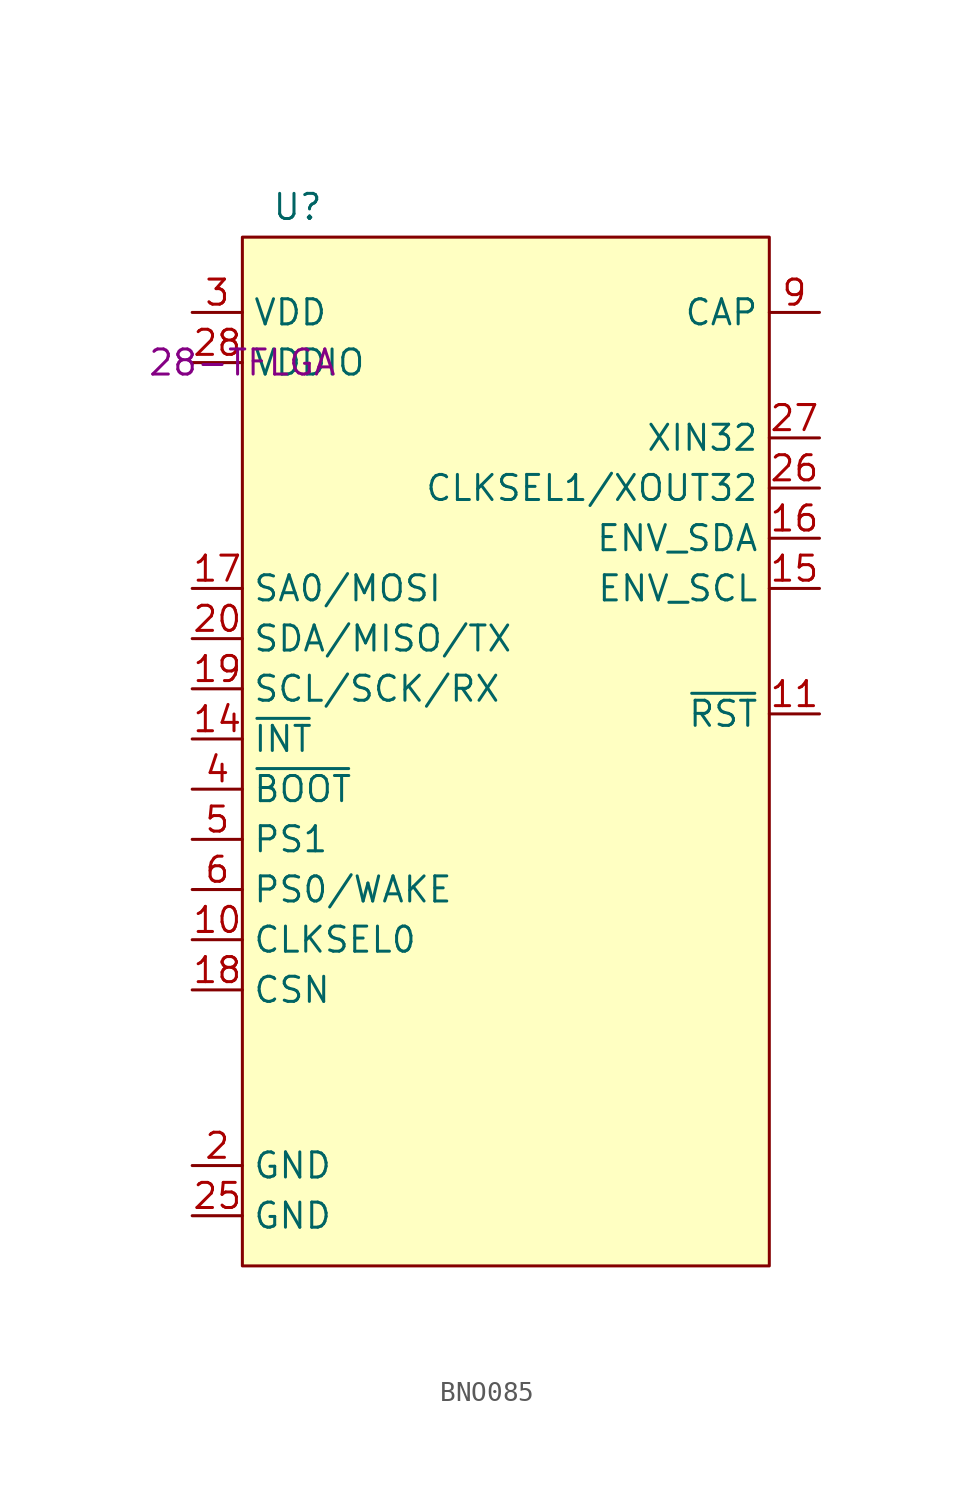
<source format=kicad_sym>
(kicad_symbol_lib
  (version 20231120)
  (generator "kicad_symbol_editor")
  (generator_version "8.0")
  (symbol "BNO085"
    (property "Reference" "U"
      (at 2.794 7.874 0)
      (effects (font (size 1.27 1.27))))
    (property "Value" ""
      (at 0 0 0)
      (effects (font (size 1.27 1.27))))
    (property "Package" "28-TFLGA"
      (at 0 0 0)
      (effects (font (size 1.27 1.27))))
    (symbol "BNO085_1_1"
      (rectangle (start 0 6.35) (end 26.67 -45.72) (stroke (width 0) (type default)) (fill (type background)))
      (pin no_connect line (at 29.21 -22.86 180) (length 2.54) hide (name "NC" (effects (font (size 1.27 1.27)))) (number "1" (effects (font (size 1.27 1.27)))))
      (pin input line (at -2.54 -29.21 0) (length 2.54) (name "CLKSEL0" (effects (font (size 1.27 1.27)))) (number "10" (effects (font (size 1.27 1.27)))))
      (pin input line (at 29.21 -17.78 180) (length 2.54) (name "~{RST}" (effects (font (size 1.27 1.27)))) (number "11" (effects (font (size 1.27 1.27)))))
      (pin no_connect line (at 29.21 -30.48 180) (length 2.54) hide (name "NC" (effects (font (size 1.27 1.27)))) (number "12" (effects (font (size 1.27 1.27)))))
      (pin no_connect line (at 29.21 -33.02 180) (length 2.54) hide (name "NC" (effects (font (size 1.27 1.27)))) (number "13" (effects (font (size 1.27 1.27)))))
      (pin output line (at -2.54 -19.05 0) (length 2.54) (name "~{INT}" (effects (font (size 1.27 1.27)))) (number "14" (effects (font (size 1.27 1.27)))))
      (pin bidirectional line (at 29.21 -11.43 180) (length 2.54) (name "ENV_SCL" (effects (font (size 1.27 1.27)))) (number "15" (effects (font (size 1.27 1.27)))))
      (pin bidirectional line (at 29.21 -8.89 180) (length 2.54) (name "ENV_SDA" (effects (font (size 1.27 1.27)))) (number "16" (effects (font (size 1.27 1.27)))))
      (pin input line (at -2.54 -11.43 0) (length 2.54) (name "SA0/MOSI" (effects (font (size 1.27 1.27)))) (number "17" (effects (font (size 1.27 1.27)))))
      (pin input line (at -2.54 -31.75 0) (length 2.54) (name "CSN" (effects (font (size 1.27 1.27)))) (number "18" (effects (font (size 1.27 1.27)))))
      (pin bidirectional line (at -2.54 -16.51 0) (length 2.54) (name "SCL/SCK/RX" (effects (font (size 1.27 1.27)))) (number "19" (effects (font (size 1.27 1.27)))))
      (pin power_in line (at -2.54 -40.64 0) (length 2.54) (name "GND" (effects (font (size 1.27 1.27)))) (number "2" (effects (font (size 1.27 1.27)))))
      (pin bidirectional line (at -2.54 -13.97 0) (length 2.54) (name "SDA/MISO/TX" (effects (font (size 1.27 1.27)))) (number "20" (effects (font (size 1.27 1.27)))))
      (pin no_connect line (at 29.21 -35.56 180) (length 2.54) hide (name "NC" (effects (font (size 1.27 1.27)))) (number "21" (effects (font (size 1.27 1.27)))))
      (pin no_connect line (at 29.21 -38.1 180) (length 2.54) hide (name "NC" (effects (font (size 1.27 1.27)))) (number "22" (effects (font (size 1.27 1.27)))))
      (pin no_connect line (at 29.21 -40.64 180) (length 2.54) hide (name "NC" (effects (font (size 1.27 1.27)))) (number "23" (effects (font (size 1.27 1.27)))))
      (pin no_connect line (at 29.21 -43.18 180) (length 2.54) hide (name "NC" (effects (font (size 1.27 1.27)))) (number "24" (effects (font (size 1.27 1.27)))))
      (pin power_in line (at -2.54 -43.18 0) (length 2.54) (name "GND" (effects (font (size 1.27 1.27)))) (number "25" (effects (font (size 1.27 1.27)))))
      (pin output line (at 29.21 -6.35 180) (length 2.54) (name "CLKSEL1/XOUT32" (effects (font (size 1.27 1.27)))) (number "26" (effects (font (size 1.27 1.27)))))
      (pin input line (at 29.21 -3.81 180) (length 2.54) (name "XIN32" (effects (font (size 1.27 1.27)))) (number "27" (effects (font (size 1.27 1.27)))))
      (pin power_in line (at -2.54 0 0) (length 2.54) (name "VDDIO" (effects (font (size 1.27 1.27)))) (number "28" (effects (font (size 1.27 1.27)))))
      (pin power_in line (at -2.54 2.54 0) (length 2.54) (name "VDD" (effects (font (size 1.27 1.27)))) (number "3" (effects (font (size 1.27 1.27)))))
      (pin input line (at -2.54 -21.59 0) (length 2.54) (name "~{BOOT}" (effects (font (size 1.27 1.27)))) (number "4" (effects (font (size 1.27 1.27)))))
      (pin input line (at -2.54 -24.13 0) (length 2.54) (name "PS1" (effects (font (size 1.27 1.27)))) (number "5" (effects (font (size 1.27 1.27)))))
      (pin input line (at -2.54 -26.67 0) (length 2.54) (name "PS0/WAKE" (effects (font (size 1.27 1.27)))) (number "6" (effects (font (size 1.27 1.27)))))
      (pin no_connect line (at 29.21 -25.4 180) (length 2.54) hide (name "NC" (effects (font (size 1.27 1.27)))) (number "7" (effects (font (size 1.27 1.27)))))
      (pin no_connect line (at 29.21 -27.94 180) (length 2.54) hide (name "NC" (effects (font (size 1.27 1.27)))) (number "8" (effects (font (size 1.27 1.27)))))
      (pin passive line (at 29.21 2.54 180) (length 2.54) (name "CAP" (effects (font (size 1.27 1.27)))) (number "9" (effects (font (size 1.27 1.27))))))))
</source>
